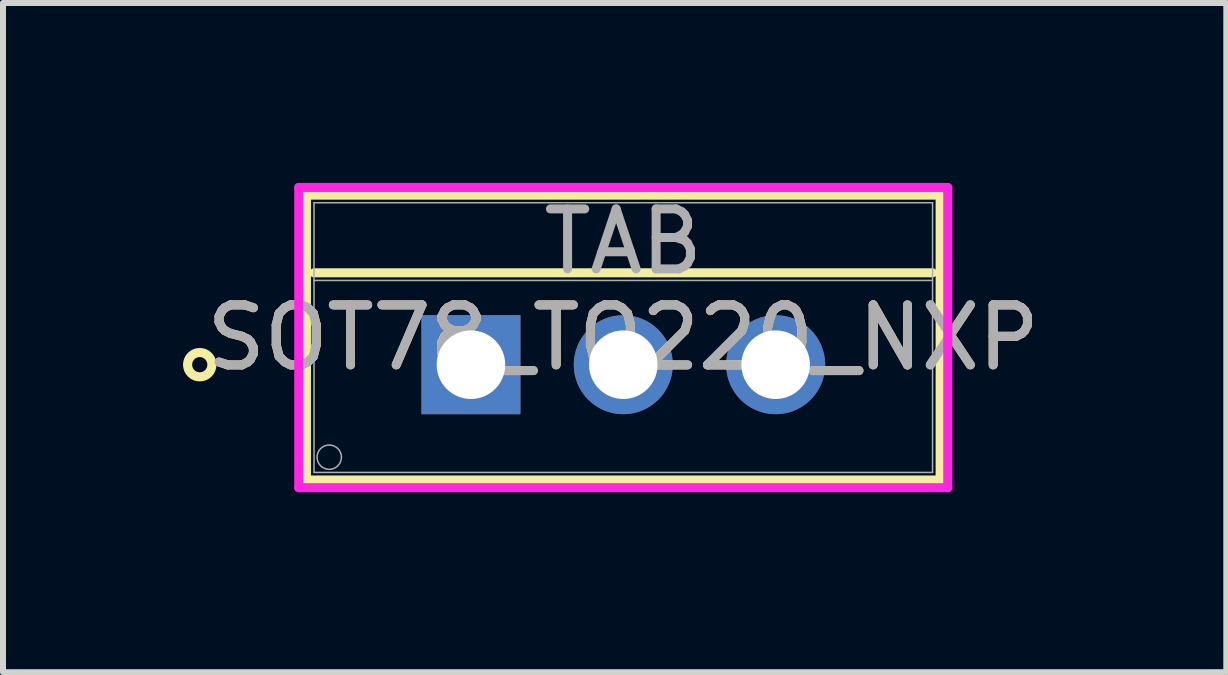
<source format=kicad_pcb>
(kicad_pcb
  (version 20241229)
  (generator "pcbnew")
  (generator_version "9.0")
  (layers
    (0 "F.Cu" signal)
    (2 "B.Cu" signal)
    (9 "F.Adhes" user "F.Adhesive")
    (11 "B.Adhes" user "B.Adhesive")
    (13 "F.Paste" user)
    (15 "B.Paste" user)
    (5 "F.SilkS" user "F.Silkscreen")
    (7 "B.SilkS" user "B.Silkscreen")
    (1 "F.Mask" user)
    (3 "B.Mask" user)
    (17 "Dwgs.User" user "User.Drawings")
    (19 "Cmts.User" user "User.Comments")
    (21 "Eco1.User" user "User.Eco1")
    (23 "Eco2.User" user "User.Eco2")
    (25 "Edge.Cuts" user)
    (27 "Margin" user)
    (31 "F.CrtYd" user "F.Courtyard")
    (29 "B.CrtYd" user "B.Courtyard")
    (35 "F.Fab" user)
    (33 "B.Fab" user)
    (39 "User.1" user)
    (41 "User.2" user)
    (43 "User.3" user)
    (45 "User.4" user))
  (footprint "SOT78_TO220_NXP"
    (layer "F.Cu")
    (at 4.801 3.03)
    (property "Reference" "SOT78_TO220_NXP" (at 2.54 -0.452 0) (unlocked yes) (layer "F.SilkS") (effects (font (size 1 1) (thickness 0.15))))
    (attr through_hole)
    (fp_line (start -2.743 -2.827) (end -2.743 1.923) (stroke (width 0.152) (type solid)) (layer "F.SilkS"))
    (fp_line (start -2.743 1.923) (end 7.823 1.923) (stroke (width 0.152) (type solid)) (layer "F.SilkS"))
    (fp_line (start -2.616 -1.532) (end 7.696 -1.532) (stroke (width 0.152) (type solid)) (layer "F.SilkS"))
    (fp_line (start 7.823 -2.827) (end -2.743 -2.827) (stroke (width 0.152) (type solid)) (layer "F.SilkS"))
    (fp_line (start 7.823 1.923) (end 7.823 -2.827) (stroke (width 0.152) (type solid)) (layer "F.SilkS"))
    (fp_circle (center -4.521 0) (end -4.318 0) (stroke (width 0.152) (type solid)) (fill no) (layer "F.SilkS"))
    (fp_line (start -2.87 -2.954) (end -2.87 2.05) (stroke (width 0.152) (type solid)) (layer "F.CrtYd"))
    (fp_line (start -2.87 2.05) (end 7.95 2.05) (stroke (width 0.152) (type solid)) (layer "F.CrtYd"))
    (fp_line (start 7.95 -2.954) (end -2.87 -2.954) (stroke (width 0.152) (type solid)) (layer "F.CrtYd"))
    (fp_line (start 7.95 2.05) (end 7.95 -2.954) (stroke (width 0.152) (type solid)) (layer "F.CrtYd"))
    (fp_line (start -2.616 -2.7) (end -2.616 1.796) (stroke (width 0.025) (type solid)) (layer "F.Fab"))
    (fp_line (start -2.616 -1.405) (end 7.696 -1.405) (stroke (width 0.025) (type solid)) (layer "F.Fab"))
    (fp_line (start -2.616 1.796) (end 7.696 1.796) (stroke (width 0.025) (type solid)) (layer "F.Fab"))
    (fp_line (start 7.696 -2.7) (end -2.616 -2.7) (stroke (width 0.025) (type solid)) (layer "F.Fab"))
    (fp_line (start 7.696 1.796) (end 7.696 -2.7) (stroke (width 0.025) (type solid)) (layer "F.Fab"))
    (fp_circle (center -2.362 1.542) (end -2.159 1.542) (stroke (width 0.025) (type solid)) (fill no) (layer "F.Fab"))
    (fp_text user "TAB" (at 2.54 -2.052 0) (unlocked yes) (layer "F.Fab") (effects (font (size 1 1) (thickness 0.15))))
    (fp_text user "${REFERENCE}" (at 2.54 -0.452 0) (unlocked yes) (layer "F.Fab") (effects (font (size 1 1) (thickness 0.15))))
    (pad "1" thru_hole rect (at 0 0) (size 1.651 1.651) (drill 1.143) (layers "*.Cu" "*.Mask"))
    (pad "2" thru_hole circle (at 2.54 0) (size 1.651 1.651) (drill 1.143) (layers "*.Cu" "*.Mask"))
    (pad "3" thru_hole circle (at 5.08 0) (size 1.651 1.651) (drill 1.143) (layers "*.Cu" "*.Mask")))
  (gr_rect
    (start -3 -3)
    (end 17.394 8.156)
    (stroke (width 0.1) (type default))
    (fill no)
    (layer "Edge.Cuts")))
</source>
